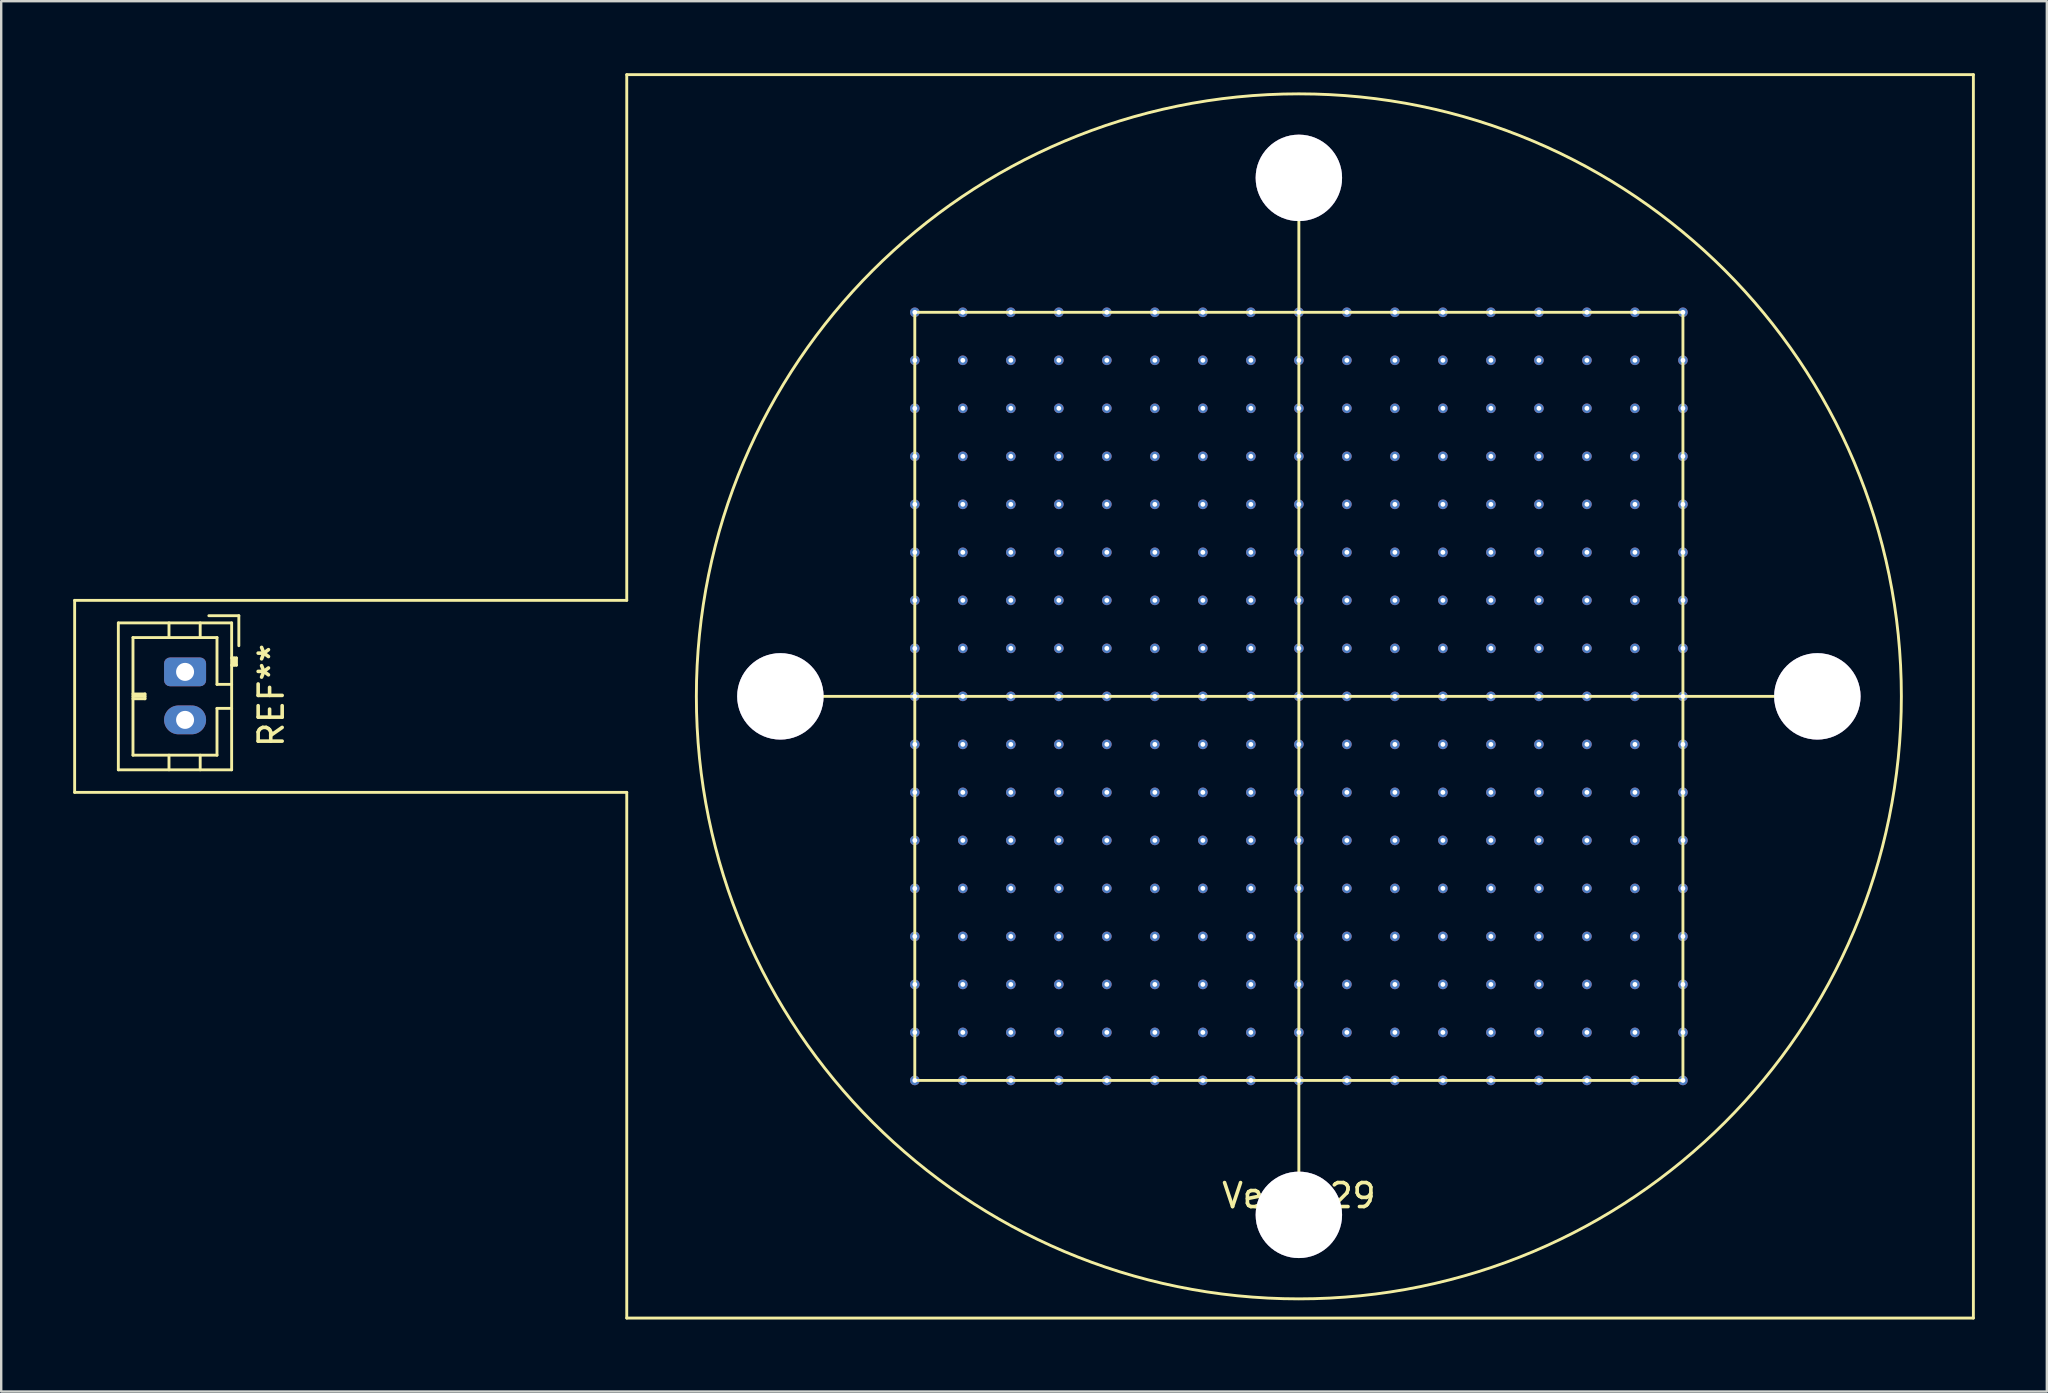
<source format=kicad_pcb>
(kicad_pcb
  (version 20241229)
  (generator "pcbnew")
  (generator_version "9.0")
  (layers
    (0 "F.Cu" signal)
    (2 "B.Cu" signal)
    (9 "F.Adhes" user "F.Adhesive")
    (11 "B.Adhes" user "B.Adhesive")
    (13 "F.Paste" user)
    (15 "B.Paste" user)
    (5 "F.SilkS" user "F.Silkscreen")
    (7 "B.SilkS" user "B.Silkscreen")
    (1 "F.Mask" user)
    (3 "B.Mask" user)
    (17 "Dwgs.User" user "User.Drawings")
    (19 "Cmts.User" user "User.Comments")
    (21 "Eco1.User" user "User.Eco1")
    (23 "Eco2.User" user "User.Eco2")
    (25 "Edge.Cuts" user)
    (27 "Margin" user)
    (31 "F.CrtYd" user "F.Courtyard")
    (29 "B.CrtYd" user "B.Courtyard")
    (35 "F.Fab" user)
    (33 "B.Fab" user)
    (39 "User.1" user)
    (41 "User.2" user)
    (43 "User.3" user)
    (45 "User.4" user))
  (footprint "Vero-29"
    (layer "F.Cu")
    (at 51.06 25.96)
    (property "Reference" "Vero-29" (at 0 20.8 0) (layer "F.SilkS") (effects (font (size 1 1) (thickness 0.15))))
    (attr through_hole)
    (fp_line (start -51 -4) (end -28 -4) (stroke (width 0.12) (type solid)) (layer "F.SilkS"))
    (fp_line (start -51 4) (end -51 -4) (stroke (width 0.12) (type solid)) (layer "F.SilkS"))
    (fp_line (start -49.18 -3.06) (end -49.18 3.06) (stroke (width 0.12) (type solid)) (layer "F.SilkS"))
    (fp_line (start -49.18 3.06) (end -44.46 3.06) (stroke (width 0.12) (type solid)) (layer "F.SilkS"))
    (fp_line (start -48.57 -2.45) (end -48.57 2.45) (stroke (width 0.12) (type solid)) (layer "F.SilkS"))
    (fp_line (start -48.57 -0.1) (end -48.07 -0.1) (stroke (width 0.12) (type solid)) (layer "F.SilkS"))
    (fp_line (start -48.57 0) (end -48.07 0) (stroke (width 0.12) (type solid)) (layer "F.SilkS"))
    (fp_line (start -48.57 2.45) (end -45.07 2.45) (stroke (width 0.12) (type solid)) (layer "F.SilkS"))
    (fp_line (start -48.07 -0.1) (end -48.07 0.1) (stroke (width 0.12) (type solid)) (layer "F.SilkS"))
    (fp_line (start -48.07 0.1) (end -48.57 0.1) (stroke (width 0.12) (type solid)) (layer "F.SilkS"))
    (fp_line (start -47.07 -3.06) (end -47.07 -2.45) (stroke (width 0.12) (type solid)) (layer "F.SilkS"))
    (fp_line (start -47.07 3.06) (end -47.07 2.45) (stroke (width 0.12) (type solid)) (layer "F.SilkS"))
    (fp_line (start -45.77 -3.06) (end -45.77 -2.45) (stroke (width 0.12) (type solid)) (layer "F.SilkS"))
    (fp_line (start -45.77 3.06) (end -45.77 2.45) (stroke (width 0.12) (type solid)) (layer "F.SilkS"))
    (fp_line (start -45.07 -2.45) (end -48.57 -2.45) (stroke (width 0.12) (type solid)) (layer "F.SilkS"))
    (fp_line (start -45.07 -0.5) (end -45.07 -2.45) (stroke (width 0.12) (type solid)) (layer "F.SilkS"))
    (fp_line (start -45.07 0.5) (end -44.46 0.5) (stroke (width 0.12) (type solid)) (layer "F.SilkS"))
    (fp_line (start -45.07 2.45) (end -45.07 0.5) (stroke (width 0.12) (type solid)) (layer "F.SilkS"))
    (fp_line (start -44.46 -3.06) (end -49.18 -3.06) (stroke (width 0.12) (type solid)) (layer "F.SilkS"))
    (fp_line (start -44.46 -1.3) (end -44.26 -1.3) (stroke (width 0.12) (type solid)) (layer "F.SilkS"))
    (fp_line (start -44.46 -0.5) (end -45.07 -0.5) (stroke (width 0.12) (type solid)) (layer "F.SilkS"))
    (fp_line (start -44.46 3.06) (end -44.46 -3.06) (stroke (width 0.12) (type solid)) (layer "F.SilkS"))
    (fp_line (start -44.36 -1.3) (end -44.36 -1.6) (stroke (width 0.12) (type solid)) (layer "F.SilkS"))
    (fp_line (start -44.26 -1.6) (end -44.46 -1.6) (stroke (width 0.12) (type solid)) (layer "F.SilkS"))
    (fp_line (start -44.26 -1.3) (end -44.26 -1.6) (stroke (width 0.12) (type solid)) (layer "F.SilkS"))
    (fp_line (start -44.16 -3.36) (end -45.41 -3.36) (stroke (width 0.12) (type solid)) (layer "F.SilkS"))
    (fp_line (start -44.16 -2.11) (end -44.16 -3.36) (stroke (width 0.12) (type solid)) (layer "F.SilkS"))
    (fp_line (start -28 -25.9) (end 28.1 -25.9) (stroke (width 0.12) (type solid)) (layer "F.SilkS"))
    (fp_line (start -28 -4) (end -28 -25.9) (stroke (width 0.12) (type solid)) (layer "F.SilkS"))
    (fp_line (start -28 4) (end -51 4) (stroke (width 0.12) (type solid)) (layer "F.SilkS"))
    (fp_line (start -28 25.9) (end -28 4) (stroke (width 0.12) (type solid)) (layer "F.SilkS"))
    (fp_line (start -21.5 0) (end 21.5 0) (stroke (width 0.12) (type solid)) (layer "F.SilkS"))
    (fp_line (start -16 -16) (end -16 16) (stroke (width 0.12) (type solid)) (layer "F.SilkS"))
    (fp_line (start -16 -16) (end 16 -16) (stroke (width 0.12) (type solid)) (layer "F.SilkS"))
    (fp_line (start -16 16) (end 16 16) (stroke (width 0.12) (type solid)) (layer "F.SilkS"))
    (fp_line (start 0 21.5) (end 0 -21.5) (stroke (width 0.12) (type solid)) (layer "F.SilkS"))
    (fp_line (start 16 16) (end 16 -16) (stroke (width 0.12) (type solid)) (layer "F.SilkS"))
    (fp_line (start 28.1 -25.9) (end 28.1 25.9) (stroke (width 0.12) (type solid)) (layer "F.SilkS"))
    (fp_line (start 28.1 25.9) (end -28 25.9) (stroke (width 0.12) (type solid)) (layer "F.SilkS"))
    (fp_circle (center 0 0) (end 25.1 0) (stroke (width 0.12) (type solid)) (fill no) (layer "F.SilkS"))
    (fp_text user "REF**" (at -42.81 -0.04 270) (layer "F.SilkS") (effects (font (size 1 1) (thickness 0.15))))
    (pad "0" thru_hole circle (at -21.6 0) (size 3.6 3.6) (drill 3.6) (layers "*.Cu" "*.Mask"))
    (pad "0" thru_hole circle (at -16 -16) (size 0.4 0.4) (drill 0.2) (layers "*.Cu" "*.Mask"))
    (pad "0" thru_hole circle (at -16 -14) (size 0.4 0.4) (drill 0.2) (layers "*.Cu" "*.Mask"))
    (pad "0" thru_hole circle (at -16 -12) (size 0.4 0.4) (drill 0.2) (layers "*.Cu" "*.Mask"))
    (pad "0" thru_hole circle (at -16 -10) (size 0.4 0.4) (drill 0.2) (layers "*.Cu" "*.Mask"))
    (pad "0" thru_hole circle (at -16 -8) (size 0.4 0.4) (drill 0.2) (layers "*.Cu" "*.Mask"))
    (pad "0" thru_hole circle (at -16 -6) (size 0.4 0.4) (drill 0.2) (layers "*.Cu" "*.Mask"))
    (pad "0" thru_hole circle (at -16 -4) (size 0.4 0.4) (drill 0.2) (layers "*.Cu" "*.Mask"))
    (pad "0" thru_hole circle (at -16 -2) (size 0.4 0.4) (drill 0.2) (layers "*.Cu" "*.Mask"))
    (pad "0" thru_hole circle (at -16 0) (size 0.4 0.4) (drill 0.2) (layers "*.Cu" "*.Mask"))
    (pad "0" thru_hole circle (at -16 2) (size 0.4 0.4) (drill 0.2) (layers "*.Cu" "*.Mask"))
    (pad "0" thru_hole circle (at -16 4) (size 0.4 0.4) (drill 0.2) (layers "*.Cu" "*.Mask"))
    (pad "0" thru_hole circle (at -16 6) (size 0.4 0.4) (drill 0.2) (layers "*.Cu" "*.Mask"))
    (pad "0" thru_hole circle (at -16 8) (size 0.4 0.4) (drill 0.2) (layers "*.Cu" "*.Mask"))
    (pad "0" thru_hole circle (at -16 10) (size 0.4 0.4) (drill 0.2) (layers "*.Cu" "*.Mask"))
    (pad "0" thru_hole circle (at -16 12) (size 0.4 0.4) (drill 0.2) (layers "*.Cu" "*.Mask"))
    (pad "0" thru_hole circle (at -16 14) (size 0.4 0.4) (drill 0.2) (layers "*.Cu" "*.Mask"))
    (pad "0" thru_hole circle (at -16 16) (size 0.4 0.4) (drill 0.2) (layers "*.Cu" "*.Mask"))
    (pad "0" thru_hole circle (at -14 -16) (size 0.4 0.4) (drill 0.2) (layers "*.Cu" "*.Mask"))
    (pad "0" thru_hole circle (at -14 -14) (size 0.4 0.4) (drill 0.2) (layers "*.Cu" "*.Mask"))
    (pad "0" thru_hole circle (at -14 -12) (size 0.4 0.4) (drill 0.2) (layers "*.Cu" "*.Mask"))
    (pad "0" thru_hole circle (at -14 -10) (size 0.4 0.4) (drill 0.2) (layers "*.Cu" "*.Mask"))
    (pad "0" thru_hole circle (at -14 -8) (size 0.4 0.4) (drill 0.2) (layers "*.Cu" "*.Mask"))
    (pad "0" thru_hole circle (at -14 -6) (size 0.4 0.4) (drill 0.2) (layers "*.Cu" "*.Mask"))
    (pad "0" thru_hole circle (at -14 -4) (size 0.4 0.4) (drill 0.2) (layers "*.Cu" "*.Mask"))
    (pad "0" thru_hole circle (at -14 -2) (size 0.4 0.4) (drill 0.2) (layers "*.Cu" "*.Mask"))
    (pad "0" thru_hole circle (at -14 0) (size 0.4 0.4) (drill 0.2) (layers "*.Cu" "*.Mask"))
    (pad "0" thru_hole circle (at -14 2) (size 0.4 0.4) (drill 0.2) (layers "*.Cu" "*.Mask"))
    (pad "0" thru_hole circle (at -14 4) (size 0.4 0.4) (drill 0.2) (layers "*.Cu" "*.Mask"))
    (pad "0" thru_hole circle (at -14 6) (size 0.4 0.4) (drill 0.2) (layers "*.Cu" "*.Mask"))
    (pad "0" thru_hole circle (at -14 8) (size 0.4 0.4) (drill 0.2) (layers "*.Cu" "*.Mask"))
    (pad "0" thru_hole circle (at -14 10) (size 0.4 0.4) (drill 0.2) (layers "*.Cu" "*.Mask"))
    (pad "0" thru_hole circle (at -14 12) (size 0.4 0.4) (drill 0.2) (layers "*.Cu" "*.Mask"))
    (pad "0" thru_hole circle (at -14 14) (size 0.4 0.4) (drill 0.2) (layers "*.Cu" "*.Mask"))
    (pad "0" thru_hole circle (at -14 16) (size 0.4 0.4) (drill 0.2) (layers "*.Cu" "*.Mask"))
    (pad "0" thru_hole circle (at -12 -16) (size 0.4 0.4) (drill 0.2) (layers "*.Cu" "*.Mask"))
    (pad "0" thru_hole circle (at -12 -14) (size 0.4 0.4) (drill 0.2) (layers "*.Cu" "*.Mask"))
    (pad "0" thru_hole circle (at -12 -12) (size 0.4 0.4) (drill 0.2) (layers "*.Cu" "*.Mask"))
    (pad "0" thru_hole circle (at -12 -10) (size 0.4 0.4) (drill 0.2) (layers "*.Cu" "*.Mask"))
    (pad "0" thru_hole circle (at -12 -8) (size 0.4 0.4) (drill 0.2) (layers "*.Cu" "*.Mask"))
    (pad "0" thru_hole circle (at -12 -6) (size 0.4 0.4) (drill 0.2) (layers "*.Cu" "*.Mask"))
    (pad "0" thru_hole circle (at -12 -4) (size 0.4 0.4) (drill 0.2) (layers "*.Cu" "*.Mask"))
    (pad "0" thru_hole circle (at -12 -2) (size 0.4 0.4) (drill 0.2) (layers "*.Cu" "*.Mask"))
    (pad "0" thru_hole circle (at -12 0) (size 0.4 0.4) (drill 0.2) (layers "*.Cu" "*.Mask"))
    (pad "0" thru_hole circle (at -12 2) (size 0.4 0.4) (drill 0.2) (layers "*.Cu" "*.Mask"))
    (pad "0" thru_hole circle (at -12 4) (size 0.4 0.4) (drill 0.2) (layers "*.Cu" "*.Mask"))
    (pad "0" thru_hole circle (at -12 6) (size 0.4 0.4) (drill 0.2) (layers "*.Cu" "*.Mask"))
    (pad "0" thru_hole circle (at -12 8) (size 0.4 0.4) (drill 0.2) (layers "*.Cu" "*.Mask"))
    (pad "0" thru_hole circle (at -12 10) (size 0.4 0.4) (drill 0.2) (layers "*.Cu" "*.Mask"))
    (pad "0" thru_hole circle (at -12 12) (size 0.4 0.4) (drill 0.2) (layers "*.Cu" "*.Mask"))
    (pad "0" thru_hole circle (at -12 14) (size 0.4 0.4) (drill 0.2) (layers "*.Cu" "*.Mask"))
    (pad "0" thru_hole circle (at -12 16) (size 0.4 0.4) (drill 0.2) (layers "*.Cu" "*.Mask"))
    (pad "0" thru_hole circle (at -10 -16) (size 0.4 0.4) (drill 0.2) (layers "*.Cu" "*.Mask"))
    (pad "0" thru_hole circle (at -10 -14) (size 0.4 0.4) (drill 0.2) (layers "*.Cu" "*.Mask"))
    (pad "0" thru_hole circle (at -10 -12) (size 0.4 0.4) (drill 0.2) (layers "*.Cu" "*.Mask"))
    (pad "0" thru_hole circle (at -10 -10) (size 0.4 0.4) (drill 0.2) (layers "*.Cu" "*.Mask"))
    (pad "0" thru_hole circle (at -10 -8) (size 0.4 0.4) (drill 0.2) (layers "*.Cu" "*.Mask"))
    (pad "0" thru_hole circle (at -10 -6) (size 0.4 0.4) (drill 0.2) (layers "*.Cu" "*.Mask"))
    (pad "0" thru_hole circle (at -10 -4) (size 0.4 0.4) (drill 0.2) (layers "*.Cu" "*.Mask"))
    (pad "0" thru_hole circle (at -10 -2) (size 0.4 0.4) (drill 0.2) (layers "*.Cu" "*.Mask"))
    (pad "0" thru_hole circle (at -10 0) (size 0.4 0.4) (drill 0.2) (layers "*.Cu" "*.Mask"))
    (pad "0" thru_hole circle (at -10 2) (size 0.4 0.4) (drill 0.2) (layers "*.Cu" "*.Mask"))
    (pad "0" thru_hole circle (at -10 4) (size 0.4 0.4) (drill 0.2) (layers "*.Cu" "*.Mask"))
    (pad "0" thru_hole circle (at -10 6) (size 0.4 0.4) (drill 0.2) (layers "*.Cu" "*.Mask"))
    (pad "0" thru_hole circle (at -10 8) (size 0.4 0.4) (drill 0.2) (layers "*.Cu" "*.Mask"))
    (pad "0" thru_hole circle (at -10 10) (size 0.4 0.4) (drill 0.2) (layers "*.Cu" "*.Mask"))
    (pad "0" thru_hole circle (at -10 12) (size 0.4 0.4) (drill 0.2) (layers "*.Cu" "*.Mask"))
    (pad "0" thru_hole circle (at -10 14) (size 0.4 0.4) (drill 0.2) (layers "*.Cu" "*.Mask"))
    (pad "0" thru_hole circle (at -10 16) (size 0.4 0.4) (drill 0.2) (layers "*.Cu" "*.Mask"))
    (pad "0" thru_hole circle (at -8 -16) (size 0.4 0.4) (drill 0.2) (layers "*.Cu" "*.Mask"))
    (pad "0" thru_hole circle (at -8 -14) (size 0.4 0.4) (drill 0.2) (layers "*.Cu" "*.Mask"))
    (pad "0" thru_hole circle (at -8 -12) (size 0.4 0.4) (drill 0.2) (layers "*.Cu" "*.Mask"))
    (pad "0" thru_hole circle (at -8 -10) (size 0.4 0.4) (drill 0.2) (layers "*.Cu" "*.Mask"))
    (pad "0" thru_hole circle (at -8 -8) (size 0.4 0.4) (drill 0.2) (layers "*.Cu" "*.Mask"))
    (pad "0" thru_hole circle (at -8 -6) (size 0.4 0.4) (drill 0.2) (layers "*.Cu" "*.Mask"))
    (pad "0" thru_hole circle (at -8 -4) (size 0.4 0.4) (drill 0.2) (layers "*.Cu" "*.Mask"))
    (pad "0" thru_hole circle (at -8 -2) (size 0.4 0.4) (drill 0.2) (layers "*.Cu" "*.Mask"))
    (pad "0" thru_hole circle (at -8 0) (size 0.4 0.4) (drill 0.2) (layers "*.Cu" "*.Mask"))
    (pad "0" thru_hole circle (at -8 2) (size 0.4 0.4) (drill 0.2) (layers "*.Cu" "*.Mask"))
    (pad "0" thru_hole circle (at -8 4) (size 0.4 0.4) (drill 0.2) (layers "*.Cu" "*.Mask"))
    (pad "0" thru_hole circle (at -8 6) (size 0.4 0.4) (drill 0.2) (layers "*.Cu" "*.Mask"))
    (pad "0" thru_hole circle (at -8 8) (size 0.4 0.4) (drill 0.2) (layers "*.Cu" "*.Mask"))
    (pad "0" thru_hole circle (at -8 10) (size 0.4 0.4) (drill 0.2) (layers "*.Cu" "*.Mask"))
    (pad "0" thru_hole circle (at -8 12) (size 0.4 0.4) (drill 0.2) (layers "*.Cu" "*.Mask"))
    (pad "0" thru_hole circle (at -8 14) (size 0.4 0.4) (drill 0.2) (layers "*.Cu" "*.Mask"))
    (pad "0" thru_hole circle (at -8 16) (size 0.4 0.4) (drill 0.2) (layers "*.Cu" "*.Mask"))
    (pad "0" thru_hole circle (at -6 -16) (size 0.4 0.4) (drill 0.2) (layers "*.Cu" "*.Mask"))
    (pad "0" thru_hole circle (at -6 -14) (size 0.4 0.4) (drill 0.2) (layers "*.Cu" "*.Mask"))
    (pad "0" thru_hole circle (at -6 -12) (size 0.4 0.4) (drill 0.2) (layers "*.Cu" "*.Mask"))
    (pad "0" thru_hole circle (at -6 -10) (size 0.4 0.4) (drill 0.2) (layers "*.Cu" "*.Mask"))
    (pad "0" thru_hole circle (at -6 -8) (size 0.4 0.4) (drill 0.2) (layers "*.Cu" "*.Mask"))
    (pad "0" thru_hole circle (at -6 -6) (size 0.4 0.4) (drill 0.2) (layers "*.Cu" "*.Mask"))
    (pad "0" thru_hole circle (at -6 -4) (size 0.4 0.4) (drill 0.2) (layers "*.Cu" "*.Mask"))
    (pad "0" thru_hole circle (at -6 -2) (size 0.4 0.4) (drill 0.2) (layers "*.Cu" "*.Mask"))
    (pad "0" thru_hole circle (at -6 0) (size 0.4 0.4) (drill 0.2) (layers "*.Cu" "*.Mask"))
    (pad "0" thru_hole circle (at -6 2) (size 0.4 0.4) (drill 0.2) (layers "*.Cu" "*.Mask"))
    (pad "0" thru_hole circle (at -6 4) (size 0.4 0.4) (drill 0.2) (layers "*.Cu" "*.Mask"))
    (pad "0" thru_hole circle (at -6 6) (size 0.4 0.4) (drill 0.2) (layers "*.Cu" "*.Mask"))
    (pad "0" thru_hole circle (at -6 8) (size 0.4 0.4) (drill 0.2) (layers "*.Cu" "*.Mask"))
    (pad "0" thru_hole circle (at -6 10) (size 0.4 0.4) (drill 0.2) (layers "*.Cu" "*.Mask"))
    (pad "0" thru_hole circle (at -6 12) (size 0.4 0.4) (drill 0.2) (layers "*.Cu" "*.Mask"))
    (pad "0" thru_hole circle (at -6 14) (size 0.4 0.4) (drill 0.2) (layers "*.Cu" "*.Mask"))
    (pad "0" thru_hole circle (at -6 16) (size 0.4 0.4) (drill 0.2) (layers "*.Cu" "*.Mask"))
    (pad "0" thru_hole circle (at -4 -16) (size 0.4 0.4) (drill 0.2) (layers "*.Cu" "*.Mask"))
    (pad "0" thru_hole circle (at -4 -14) (size 0.4 0.4) (drill 0.2) (layers "*.Cu" "*.Mask"))
    (pad "0" thru_hole circle (at -4 -12) (size 0.4 0.4) (drill 0.2) (layers "*.Cu" "*.Mask"))
    (pad "0" thru_hole circle (at -4 -10) (size 0.4 0.4) (drill 0.2) (layers "*.Cu" "*.Mask"))
    (pad "0" thru_hole circle (at -4 -8) (size 0.4 0.4) (drill 0.2) (layers "*.Cu" "*.Mask"))
    (pad "0" thru_hole circle (at -4 -6) (size 0.4 0.4) (drill 0.2) (layers "*.Cu" "*.Mask"))
    (pad "0" thru_hole circle (at -4 -4) (size 0.4 0.4) (drill 0.2) (layers "*.Cu" "*.Mask"))
    (pad "0" thru_hole circle (at -4 -2) (size 0.4 0.4) (drill 0.2) (layers "*.Cu" "*.Mask"))
    (pad "0" thru_hole circle (at -4 0) (size 0.4 0.4) (drill 0.2) (layers "*.Cu" "*.Mask"))
    (pad "0" thru_hole circle (at -4 2) (size 0.4 0.4) (drill 0.2) (layers "*.Cu" "*.Mask"))
    (pad "0" thru_hole circle (at -4 4) (size 0.4 0.4) (drill 0.2) (layers "*.Cu" "*.Mask"))
    (pad "0" thru_hole circle (at -4 6) (size 0.4 0.4) (drill 0.2) (layers "*.Cu" "*.Mask"))
    (pad "0" thru_hole circle (at -4 8) (size 0.4 0.4) (drill 0.2) (layers "*.Cu" "*.Mask"))
    (pad "0" thru_hole circle (at -4 10) (size 0.4 0.4) (drill 0.2) (layers "*.Cu" "*.Mask"))
    (pad "0" thru_hole circle (at -4 12) (size 0.4 0.4) (drill 0.2) (layers "*.Cu" "*.Mask"))
    (pad "0" thru_hole circle (at -4 14) (size 0.4 0.4) (drill 0.2) (layers "*.Cu" "*.Mask"))
    (pad "0" thru_hole circle (at -4 16) (size 0.4 0.4) (drill 0.2) (layers "*.Cu" "*.Mask"))
    (pad "0" thru_hole circle (at -2 -16) (size 0.4 0.4) (drill 0.2) (layers "*.Cu" "*.Mask"))
    (pad "0" thru_hole circle (at -2 -14) (size 0.4 0.4) (drill 0.2) (layers "*.Cu" "*.Mask"))
    (pad "0" thru_hole circle (at -2 -12) (size 0.4 0.4) (drill 0.2) (layers "*.Cu" "*.Mask"))
    (pad "0" thru_hole circle (at -2 -10) (size 0.4 0.4) (drill 0.2) (layers "*.Cu" "*.Mask"))
    (pad "0" thru_hole circle (at -2 -8) (size 0.4 0.4) (drill 0.2) (layers "*.Cu" "*.Mask"))
    (pad "0" thru_hole circle (at -2 -6) (size 0.4 0.4) (drill 0.2) (layers "*.Cu" "*.Mask"))
    (pad "0" thru_hole circle (at -2 -4) (size 0.4 0.4) (drill 0.2) (layers "*.Cu" "*.Mask"))
    (pad "0" thru_hole circle (at -2 -2) (size 0.4 0.4) (drill 0.2) (layers "*.Cu" "*.Mask"))
    (pad "0" thru_hole circle (at -2 0) (size 0.4 0.4) (drill 0.2) (layers "*.Cu" "*.Mask"))
    (pad "0" thru_hole circle (at -2 2) (size 0.4 0.4) (drill 0.2) (layers "*.Cu" "*.Mask"))
    (pad "0" thru_hole circle (at -2 4) (size 0.4 0.4) (drill 0.2) (layers "*.Cu" "*.Mask"))
    (pad "0" thru_hole circle (at -2 6) (size 0.4 0.4) (drill 0.2) (layers "*.Cu" "*.Mask"))
    (pad "0" thru_hole circle (at -2 8) (size 0.4 0.4) (drill 0.2) (layers "*.Cu" "*.Mask"))
    (pad "0" thru_hole circle (at -2 10) (size 0.4 0.4) (drill 0.2) (layers "*.Cu" "*.Mask"))
    (pad "0" thru_hole circle (at -2 12) (size 0.4 0.4) (drill 0.2) (layers "*.Cu" "*.Mask"))
    (pad "0" thru_hole circle (at -2 14) (size 0.4 0.4) (drill 0.2) (layers "*.Cu" "*.Mask"))
    (pad "0" thru_hole circle (at -2 16) (size 0.4 0.4) (drill 0.2) (layers "*.Cu" "*.Mask"))
    (pad "0" thru_hole circle (at 0 -21.6) (size 3.6 3.6) (drill 3.6) (layers "*.Cu" "*.Mask"))
    (pad "0" thru_hole circle (at 0 -16) (size 0.4 0.4) (drill 0.2) (layers "*.Cu" "*.Mask"))
    (pad "0" thru_hole circle (at 0 -14) (size 0.4 0.4) (drill 0.2) (layers "*.Cu" "*.Mask"))
    (pad "0" thru_hole circle (at 0 -12) (size 0.4 0.4) (drill 0.2) (layers "*.Cu" "*.Mask"))
    (pad "0" thru_hole circle (at 0 -10) (size 0.4 0.4) (drill 0.2) (layers "*.Cu" "*.Mask"))
    (pad "0" thru_hole circle (at 0 -8) (size 0.4 0.4) (drill 0.2) (layers "*.Cu" "*.Mask"))
    (pad "0" thru_hole circle (at 0 -6) (size 0.4 0.4) (drill 0.2) (layers "*.Cu" "*.Mask"))
    (pad "0" thru_hole circle (at 0 -4) (size 0.4 0.4) (drill 0.2) (layers "*.Cu" "*.Mask"))
    (pad "0" thru_hole circle (at 0 -2) (size 0.4 0.4) (drill 0.2) (layers "*.Cu" "*.Mask"))
    (pad "0" thru_hole circle (at 0 0) (size 0.4 0.4) (drill 0.2) (layers "*.Cu" "*.Mask"))
    (pad "0" thru_hole circle (at 0 2) (size 0.4 0.4) (drill 0.2) (layers "*.Cu" "*.Mask"))
    (pad "0" thru_hole circle (at 0 4) (size 0.4 0.4) (drill 0.2) (layers "*.Cu" "*.Mask"))
    (pad "0" thru_hole circle (at 0 6) (size 0.4 0.4) (drill 0.2) (layers "*.Cu" "*.Mask"))
    (pad "0" thru_hole circle (at 0 8) (size 0.4 0.4) (drill 0.2) (layers "*.Cu" "*.Mask"))
    (pad "0" thru_hole circle (at 0 10) (size 0.4 0.4) (drill 0.2) (layers "*.Cu" "*.Mask"))
    (pad "0" thru_hole circle (at 0 12) (size 0.4 0.4) (drill 0.2) (layers "*.Cu" "*.Mask"))
    (pad "0" thru_hole circle (at 0 14) (size 0.4 0.4) (drill 0.2) (layers "*.Cu" "*.Mask"))
    (pad "0" thru_hole circle (at 0 16) (size 0.4 0.4) (drill 0.2) (layers "*.Cu" "*.Mask"))
    (pad "0" thru_hole circle (at 0 21.6) (size 3.6 3.6) (drill 3.6) (layers "*.Cu" "*.Mask"))
    (pad "0" thru_hole circle (at 2 -16) (size 0.4 0.4) (drill 0.2) (layers "*.Cu" "*.Mask"))
    (pad "0" thru_hole circle (at 2 -14) (size 0.4 0.4) (drill 0.2) (layers "*.Cu" "*.Mask"))
    (pad "0" thru_hole circle (at 2 -12) (size 0.4 0.4) (drill 0.2) (layers "*.Cu" "*.Mask"))
    (pad "0" thru_hole circle (at 2 -10) (size 0.4 0.4) (drill 0.2) (layers "*.Cu" "*.Mask"))
    (pad "0" thru_hole circle (at 2 -8) (size 0.4 0.4) (drill 0.2) (layers "*.Cu" "*.Mask"))
    (pad "0" thru_hole circle (at 2 -6) (size 0.4 0.4) (drill 0.2) (layers "*.Cu" "*.Mask"))
    (pad "0" thru_hole circle (at 2 -4) (size 0.4 0.4) (drill 0.2) (layers "*.Cu" "*.Mask"))
    (pad "0" thru_hole circle (at 2 -2) (size 0.4 0.4) (drill 0.2) (layers "*.Cu" "*.Mask"))
    (pad "0" thru_hole circle (at 2 0) (size 0.4 0.4) (drill 0.2) (layers "*.Cu" "*.Mask"))
    (pad "0" thru_hole circle (at 2 2) (size 0.4 0.4) (drill 0.2) (layers "*.Cu" "*.Mask"))
    (pad "0" thru_hole circle (at 2 4) (size 0.4 0.4) (drill 0.2) (layers "*.Cu" "*.Mask"))
    (pad "0" thru_hole circle (at 2 6) (size 0.4 0.4) (drill 0.2) (layers "*.Cu" "*.Mask"))
    (pad "0" thru_hole circle (at 2 8) (size 0.4 0.4) (drill 0.2) (layers "*.Cu" "*.Mask"))
    (pad "0" thru_hole circle (at 2 10) (size 0.4 0.4) (drill 0.2) (layers "*.Cu" "*.Mask"))
    (pad "0" thru_hole circle (at 2 12) (size 0.4 0.4) (drill 0.2) (layers "*.Cu" "*.Mask"))
    (pad "0" thru_hole circle (at 2 14) (size 0.4 0.4) (drill 0.2) (layers "*.Cu" "*.Mask"))
    (pad "0" thru_hole circle (at 2 16) (size 0.4 0.4) (drill 0.2) (layers "*.Cu" "*.Mask"))
    (pad "0" thru_hole circle (at 4 -16) (size 0.4 0.4) (drill 0.2) (layers "*.Cu" "*.Mask"))
    (pad "0" thru_hole circle (at 4 -14) (size 0.4 0.4) (drill 0.2) (layers "*.Cu" "*.Mask"))
    (pad "0" thru_hole circle (at 4 -12) (size 0.4 0.4) (drill 0.2) (layers "*.Cu" "*.Mask"))
    (pad "0" thru_hole circle (at 4 -10) (size 0.4 0.4) (drill 0.2) (layers "*.Cu" "*.Mask"))
    (pad "0" thru_hole circle (at 4 -8) (size 0.4 0.4) (drill 0.2) (layers "*.Cu" "*.Mask"))
    (pad "0" thru_hole circle (at 4 -6) (size 0.4 0.4) (drill 0.2) (layers "*.Cu" "*.Mask"))
    (pad "0" thru_hole circle (at 4 -4) (size 0.4 0.4) (drill 0.2) (layers "*.Cu" "*.Mask"))
    (pad "0" thru_hole circle (at 4 -2) (size 0.4 0.4) (drill 0.2) (layers "*.Cu" "*.Mask"))
    (pad "0" thru_hole circle (at 4 0) (size 0.4 0.4) (drill 0.2) (layers "*.Cu" "*.Mask"))
    (pad "0" thru_hole circle (at 4 2) (size 0.4 0.4) (drill 0.2) (layers "*.Cu" "*.Mask"))
    (pad "0" thru_hole circle (at 4 4) (size 0.4 0.4) (drill 0.2) (layers "*.Cu" "*.Mask"))
    (pad "0" thru_hole circle (at 4 6) (size 0.4 0.4) (drill 0.2) (layers "*.Cu" "*.Mask"))
    (pad "0" thru_hole circle (at 4 8) (size 0.4 0.4) (drill 0.2) (layers "*.Cu" "*.Mask"))
    (pad "0" thru_hole circle (at 4 10) (size 0.4 0.4) (drill 0.2) (layers "*.Cu" "*.Mask"))
    (pad "0" thru_hole circle (at 4 12) (size 0.4 0.4) (drill 0.2) (layers "*.Cu" "*.Mask"))
    (pad "0" thru_hole circle (at 4 14) (size 0.4 0.4) (drill 0.2) (layers "*.Cu" "*.Mask"))
    (pad "0" thru_hole circle (at 4 16) (size 0.4 0.4) (drill 0.2) (layers "*.Cu" "*.Mask"))
    (pad "0" thru_hole circle (at 6 -16) (size 0.4 0.4) (drill 0.2) (layers "*.Cu" "*.Mask"))
    (pad "0" thru_hole circle (at 6 -14) (size 0.4 0.4) (drill 0.2) (layers "*.Cu" "*.Mask"))
    (pad "0" thru_hole circle (at 6 -12) (size 0.4 0.4) (drill 0.2) (layers "*.Cu" "*.Mask"))
    (pad "0" thru_hole circle (at 6 -10) (size 0.4 0.4) (drill 0.2) (layers "*.Cu" "*.Mask"))
    (pad "0" thru_hole circle (at 6 -8) (size 0.4 0.4) (drill 0.2) (layers "*.Cu" "*.Mask"))
    (pad "0" thru_hole circle (at 6 -6) (size 0.4 0.4) (drill 0.2) (layers "*.Cu" "*.Mask"))
    (pad "0" thru_hole circle (at 6 -4) (size 0.4 0.4) (drill 0.2) (layers "*.Cu" "*.Mask"))
    (pad "0" thru_hole circle (at 6 -2) (size 0.4 0.4) (drill 0.2) (layers "*.Cu" "*.Mask"))
    (pad "0" thru_hole circle (at 6 0) (size 0.4 0.4) (drill 0.2) (layers "*.Cu" "*.Mask"))
    (pad "0" thru_hole circle (at 6 2) (size 0.4 0.4) (drill 0.2) (layers "*.Cu" "*.Mask"))
    (pad "0" thru_hole circle (at 6 4) (size 0.4 0.4) (drill 0.2) (layers "*.Cu" "*.Mask"))
    (pad "0" thru_hole circle (at 6 6) (size 0.4 0.4) (drill 0.2) (layers "*.Cu" "*.Mask"))
    (pad "0" thru_hole circle (at 6 8) (size 0.4 0.4) (drill 0.2) (layers "*.Cu" "*.Mask"))
    (pad "0" thru_hole circle (at 6 10) (size 0.4 0.4) (drill 0.2) (layers "*.Cu" "*.Mask"))
    (pad "0" thru_hole circle (at 6 12) (size 0.4 0.4) (drill 0.2) (layers "*.Cu" "*.Mask"))
    (pad "0" thru_hole circle (at 6 14) (size 0.4 0.4) (drill 0.2) (layers "*.Cu" "*.Mask"))
    (pad "0" thru_hole circle (at 6 16) (size 0.4 0.4) (drill 0.2) (layers "*.Cu" "*.Mask"))
    (pad "0" thru_hole circle (at 8 -16) (size 0.4 0.4) (drill 0.2) (layers "*.Cu" "*.Mask"))
    (pad "0" thru_hole circle (at 8 -14) (size 0.4 0.4) (drill 0.2) (layers "*.Cu" "*.Mask"))
    (pad "0" thru_hole circle (at 8 -12) (size 0.4 0.4) (drill 0.2) (layers "*.Cu" "*.Mask"))
    (pad "0" thru_hole circle (at 8 -10) (size 0.4 0.4) (drill 0.2) (layers "*.Cu" "*.Mask"))
    (pad "0" thru_hole circle (at 8 -8) (size 0.4 0.4) (drill 0.2) (layers "*.Cu" "*.Mask"))
    (pad "0" thru_hole circle (at 8 -6) (size 0.4 0.4) (drill 0.2) (layers "*.Cu" "*.Mask"))
    (pad "0" thru_hole circle (at 8 -4) (size 0.4 0.4) (drill 0.2) (layers "*.Cu" "*.Mask"))
    (pad "0" thru_hole circle (at 8 -2) (size 0.4 0.4) (drill 0.2) (layers "*.Cu" "*.Mask"))
    (pad "0" thru_hole circle (at 8 0) (size 0.4 0.4) (drill 0.2) (layers "*.Cu" "*.Mask"))
    (pad "0" thru_hole circle (at 8 2) (size 0.4 0.4) (drill 0.2) (layers "*.Cu" "*.Mask"))
    (pad "0" thru_hole circle (at 8 4) (size 0.4 0.4) (drill 0.2) (layers "*.Cu" "*.Mask"))
    (pad "0" thru_hole circle (at 8 6) (size 0.4 0.4) (drill 0.2) (layers "*.Cu" "*.Mask"))
    (pad "0" thru_hole circle (at 8 8) (size 0.4 0.4) (drill 0.2) (layers "*.Cu" "*.Mask"))
    (pad "0" thru_hole circle (at 8 10) (size 0.4 0.4) (drill 0.2) (layers "*.Cu" "*.Mask"))
    (pad "0" thru_hole circle (at 8 12) (size 0.4 0.4) (drill 0.2) (layers "*.Cu" "*.Mask"))
    (pad "0" thru_hole circle (at 8 14) (size 0.4 0.4) (drill 0.2) (layers "*.Cu" "*.Mask"))
    (pad "0" thru_hole circle (at 8 16) (size 0.4 0.4) (drill 0.2) (layers "*.Cu" "*.Mask"))
    (pad "0" thru_hole circle (at 10 -16) (size 0.4 0.4) (drill 0.2) (layers "*.Cu" "*.Mask"))
    (pad "0" thru_hole circle (at 10 -14) (size 0.4 0.4) (drill 0.2) (layers "*.Cu" "*.Mask"))
    (pad "0" thru_hole circle (at 10 -12) (size 0.4 0.4) (drill 0.2) (layers "*.Cu" "*.Mask"))
    (pad "0" thru_hole circle (at 10 -10) (size 0.4 0.4) (drill 0.2) (layers "*.Cu" "*.Mask"))
    (pad "0" thru_hole circle (at 10 -8) (size 0.4 0.4) (drill 0.2) (layers "*.Cu" "*.Mask"))
    (pad "0" thru_hole circle (at 10 -6) (size 0.4 0.4) (drill 0.2) (layers "*.Cu" "*.Mask"))
    (pad "0" thru_hole circle (at 10 -4) (size 0.4 0.4) (drill 0.2) (layers "*.Cu" "*.Mask"))
    (pad "0" thru_hole circle (at 10 -2) (size 0.4 0.4) (drill 0.2) (layers "*.Cu" "*.Mask"))
    (pad "0" thru_hole circle (at 10 0) (size 0.4 0.4) (drill 0.2) (layers "*.Cu" "*.Mask"))
    (pad "0" thru_hole circle (at 10 2) (size 0.4 0.4) (drill 0.2) (layers "*.Cu" "*.Mask"))
    (pad "0" thru_hole circle (at 10 4) (size 0.4 0.4) (drill 0.2) (layers "*.Cu" "*.Mask"))
    (pad "0" thru_hole circle (at 10 6) (size 0.4 0.4) (drill 0.2) (layers "*.Cu" "*.Mask"))
    (pad "0" thru_hole circle (at 10 8) (size 0.4 0.4) (drill 0.2) (layers "*.Cu" "*.Mask"))
    (pad "0" thru_hole circle (at 10 10) (size 0.4 0.4) (drill 0.2) (layers "*.Cu" "*.Mask"))
    (pad "0" thru_hole circle (at 10 12) (size 0.4 0.4) (drill 0.2) (layers "*.Cu" "*.Mask"))
    (pad "0" thru_hole circle (at 10 14) (size 0.4 0.4) (drill 0.2) (layers "*.Cu" "*.Mask"))
    (pad "0" thru_hole circle (at 10 16) (size 0.4 0.4) (drill 0.2) (layers "*.Cu" "*.Mask"))
    (pad "0" thru_hole circle (at 12 -16) (size 0.4 0.4) (drill 0.2) (layers "*.Cu" "*.Mask"))
    (pad "0" thru_hole circle (at 12 -14) (size 0.4 0.4) (drill 0.2) (layers "*.Cu" "*.Mask"))
    (pad "0" thru_hole circle (at 12 -12) (size 0.4 0.4) (drill 0.2) (layers "*.Cu" "*.Mask"))
    (pad "0" thru_hole circle (at 12 -10) (size 0.4 0.4) (drill 0.2) (layers "*.Cu" "*.Mask"))
    (pad "0" thru_hole circle (at 12 -8) (size 0.4 0.4) (drill 0.2) (layers "*.Cu" "*.Mask"))
    (pad "0" thru_hole circle (at 12 -6) (size 0.4 0.4) (drill 0.2) (layers "*.Cu" "*.Mask"))
    (pad "0" thru_hole circle (at 12 -4) (size 0.4 0.4) (drill 0.2) (layers "*.Cu" "*.Mask"))
    (pad "0" thru_hole circle (at 12 -2) (size 0.4 0.4) (drill 0.2) (layers "*.Cu" "*.Mask"))
    (pad "0" thru_hole circle (at 12 0) (size 0.4 0.4) (drill 0.2) (layers "*.Cu" "*.Mask"))
    (pad "0" thru_hole circle (at 12 2) (size 0.4 0.4) (drill 0.2) (layers "*.Cu" "*.Mask"))
    (pad "0" thru_hole circle (at 12 4) (size 0.4 0.4) (drill 0.2) (layers "*.Cu" "*.Mask"))
    (pad "0" thru_hole circle (at 12 6) (size 0.4 0.4) (drill 0.2) (layers "*.Cu" "*.Mask"))
    (pad "0" thru_hole circle (at 12 8) (size 0.4 0.4) (drill 0.2) (layers "*.Cu" "*.Mask"))
    (pad "0" thru_hole circle (at 12 10) (size 0.4 0.4) (drill 0.2) (layers "*.Cu" "*.Mask"))
    (pad "0" thru_hole circle (at 12 12) (size 0.4 0.4) (drill 0.2) (layers "*.Cu" "*.Mask"))
    (pad "0" thru_hole circle (at 12 14) (size 0.4 0.4) (drill 0.2) (layers "*.Cu" "*.Mask"))
    (pad "0" thru_hole circle (at 12 16) (size 0.4 0.4) (drill 0.2) (layers "*.Cu" "*.Mask"))
    (pad "0" thru_hole circle (at 14 -16) (size 0.4 0.4) (drill 0.2) (layers "*.Cu" "*.Mask"))
    (pad "0" thru_hole circle (at 14 -14) (size 0.4 0.4) (drill 0.2) (layers "*.Cu" "*.Mask"))
    (pad "0" thru_hole circle (at 14 -12) (size 0.4 0.4) (drill 0.2) (layers "*.Cu" "*.Mask"))
    (pad "0" thru_hole circle (at 14 -10) (size 0.4 0.4) (drill 0.2) (layers "*.Cu" "*.Mask"))
    (pad "0" thru_hole circle (at 14 -8) (size 0.4 0.4) (drill 0.2) (layers "*.Cu" "*.Mask"))
    (pad "0" thru_hole circle (at 14 -6) (size 0.4 0.4) (drill 0.2) (layers "*.Cu" "*.Mask"))
    (pad "0" thru_hole circle (at 14 -4) (size 0.4 0.4) (drill 0.2) (layers "*.Cu" "*.Mask"))
    (pad "0" thru_hole circle (at 14 -2) (size 0.4 0.4) (drill 0.2) (layers "*.Cu" "*.Mask"))
    (pad "0" thru_hole circle (at 14 0) (size 0.4 0.4) (drill 0.2) (layers "*.Cu" "*.Mask"))
    (pad "0" thru_hole circle (at 14 2) (size 0.4 0.4) (drill 0.2) (layers "*.Cu" "*.Mask"))
    (pad "0" thru_hole circle (at 14 4) (size 0.4 0.4) (drill 0.2) (layers "*.Cu" "*.Mask"))
    (pad "0" thru_hole circle (at 14 6) (size 0.4 0.4) (drill 0.2) (layers "*.Cu" "*.Mask"))
    (pad "0" thru_hole circle (at 14 8) (size 0.4 0.4) (drill 0.2) (layers "*.Cu" "*.Mask"))
    (pad "0" thru_hole circle (at 14 10) (size 0.4 0.4) (drill 0.2) (layers "*.Cu" "*.Mask"))
    (pad "0" thru_hole circle (at 14 12) (size 0.4 0.4) (drill 0.2) (layers "*.Cu" "*.Mask"))
    (pad "0" thru_hole circle (at 14 14) (size 0.4 0.4) (drill 0.2) (layers "*.Cu" "*.Mask"))
    (pad "0" thru_hole circle (at 14 16) (size 0.4 0.4) (drill 0.2) (layers "*.Cu" "*.Mask"))
    (pad "0" thru_hole circle (at 16 -16) (size 0.4 0.4) (drill 0.2) (layers "*.Cu" "*.Mask"))
    (pad "0" thru_hole circle (at 16 -14) (size 0.4 0.4) (drill 0.2) (layers "*.Cu" "*.Mask"))
    (pad "0" thru_hole circle (at 16 -12) (size 0.4 0.4) (drill 0.2) (layers "*.Cu" "*.Mask"))
    (pad "0" thru_hole circle (at 16 -10) (size 0.4 0.4) (drill 0.2) (layers "*.Cu" "*.Mask"))
    (pad "0" thru_hole circle (at 16 -8) (size 0.4 0.4) (drill 0.2) (layers "*.Cu" "*.Mask"))
    (pad "0" thru_hole circle (at 16 -6) (size 0.4 0.4) (drill 0.2) (layers "*.Cu" "*.Mask"))
    (pad "0" thru_hole circle (at 16 -4) (size 0.4 0.4) (drill 0.2) (layers "*.Cu" "*.Mask"))
    (pad "0" thru_hole circle (at 16 -2) (size 0.4 0.4) (drill 0.2) (layers "*.Cu" "*.Mask"))
    (pad "0" thru_hole circle (at 16 0) (size 0.4 0.4) (drill 0.2) (layers "*.Cu" "*.Mask"))
    (pad "0" thru_hole circle (at 16 2) (size 0.4 0.4) (drill 0.2) (layers "*.Cu" "*.Mask"))
    (pad "0" thru_hole circle (at 16 4) (size 0.4 0.4) (drill 0.2) (layers "*.Cu" "*.Mask"))
    (pad "0" thru_hole circle (at 16 6) (size 0.4 0.4) (drill 0.2) (layers "*.Cu" "*.Mask"))
    (pad "0" thru_hole circle (at 16 8) (size 0.4 0.4) (drill 0.2) (layers "*.Cu" "*.Mask"))
    (pad "0" thru_hole circle (at 16 10) (size 0.4 0.4) (drill 0.2) (layers "*.Cu" "*.Mask"))
    (pad "0" thru_hole circle (at 16 12) (size 0.4 0.4) (drill 0.2) (layers "*.Cu" "*.Mask"))
    (pad "0" thru_hole circle (at 16 14) (size 0.4 0.4) (drill 0.2) (layers "*.Cu" "*.Mask"))
    (pad "0" thru_hole circle (at 16 16) (size 0.4 0.4) (drill 0.2) (layers "*.Cu" "*.Mask"))
    (pad "0" thru_hole circle (at 21.6 0) (size 3.6 3.6) (drill 3.6) (layers "*.Cu" "*.Mask"))
    (pad "1" thru_hole roundrect (at -46.4 -1.02 270) (size 1.2 1.75) (drill 0.75) (layers "*.Cu" "*.Mask") (roundrect_rratio 0.208))
    (pad "2" thru_hole oval (at -46.4 0.98 270) (size 1.2 1.75) (drill 0.75) (layers "*.Cu" "*.Mask")))
  (gr_rect
    (start -3 -3)
    (end 82.22 54.92)
    (stroke (width 0.1) (type default))
    (fill no)
    (layer "Edge.Cuts")))
</source>
